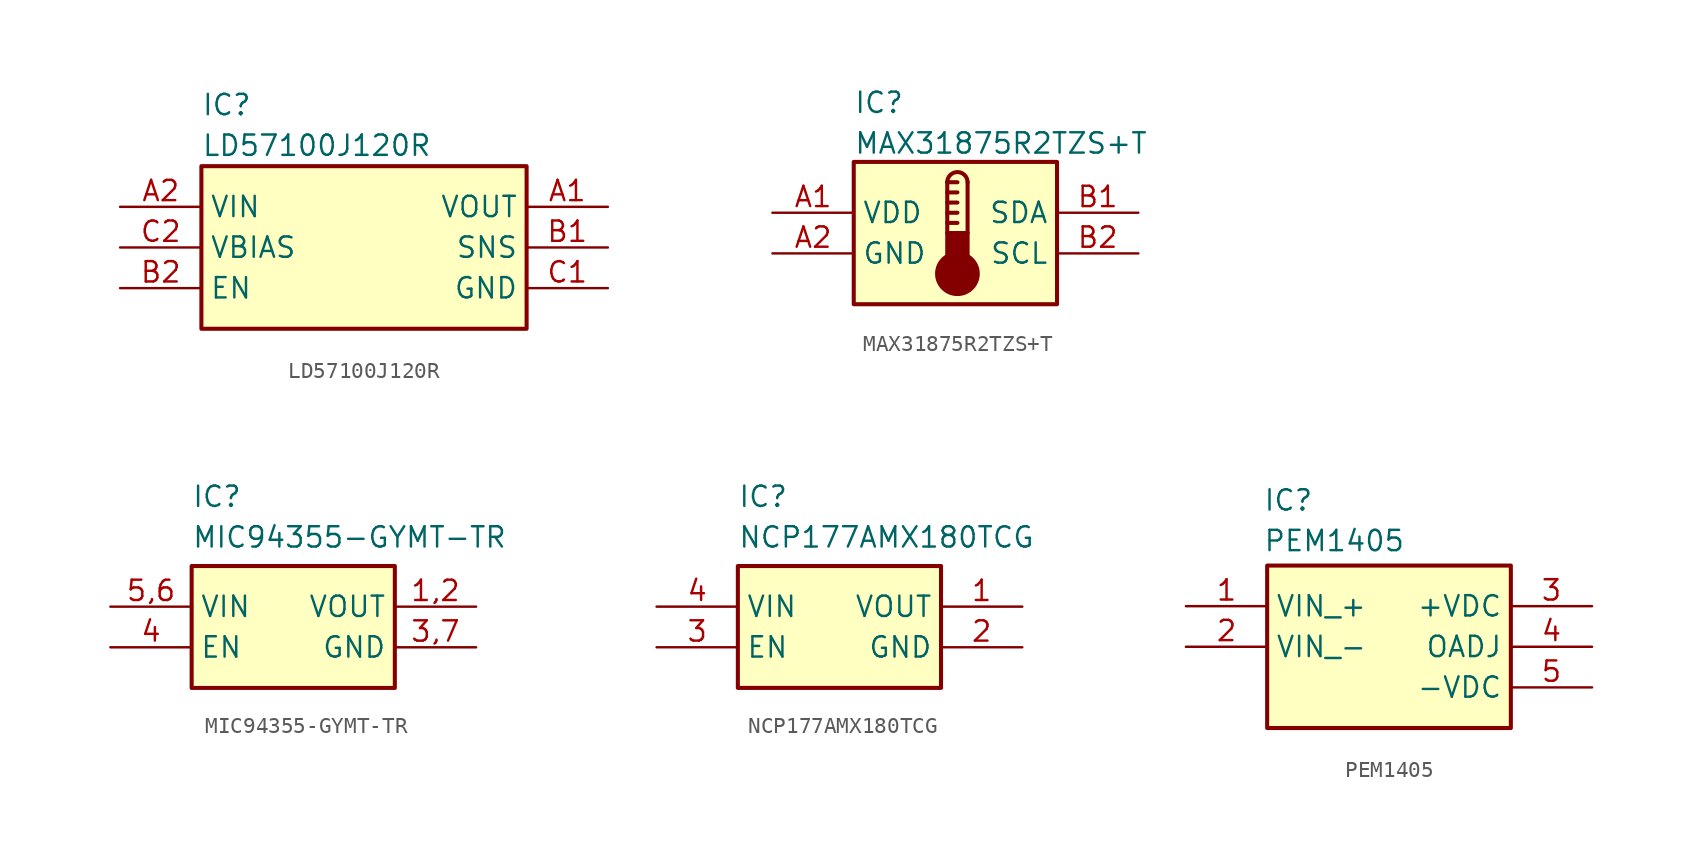
<source format=kicad_sym>
(kicad_symbol_lib
  (version 20231120)
  (generator "kicad_symbol_editor")
  (generator_version "8.0")
  (symbol "LD57100J120R"
    (property "Reference" "IC"
      (at 5.08 7.112 0)
      (effects (font (size 1.27 1.27)) (justify left top)))
    (property "Value" "LD57100J120R"
      (at 5.08 4.572 0)
      (effects (font (size 1.27 1.27)) (justify left top)))
    (symbol "LD57100J120R_1_1"
      (rectangle (start 5.08 2.54) (end 25.4 -7.62) (stroke (width 0.254) (type default)) (fill (type background)))
      (pin power_out line (at 30.48 0 180) (length 5.08) (name "VOUT" (effects (font (size 1.27 1.27)))) (number "A1" (effects (font (size 1.27 1.27)))))
      (pin power_in line (at 0 0 0) (length 5.08) (name "VIN" (effects (font (size 1.27 1.27)))) (number "A2" (effects (font (size 1.27 1.27)))))
      (pin passive line (at 30.48 -2.54 180) (length 5.08) (name "SNS" (effects (font (size 1.27 1.27)))) (number "B1" (effects (font (size 1.27 1.27)))))
      (pin passive line (at 0 -5.08 0) (length 5.08) (name "EN" (effects (font (size 1.27 1.27)))) (number "B2" (effects (font (size 1.27 1.27)))))
      (pin power_in line (at 30.48 -5.08 180) (length 5.08) (name "GND" (effects (font (size 1.27 1.27)))) (number "C1" (effects (font (size 1.27 1.27)))))
      (pin power_in line (at 0 -2.54 0) (length 5.08) (name "VBIAS" (effects (font (size 1.27 1.27)))) (number "C2" (effects (font (size 1.27 1.27)))))))
  (symbol "MAX31875R2TZS+T"
    (property "Reference" "IC"
      (at 5.08 7.62 0)
      (effects (font (size 1.27 1.27)) (justify left top)))
    (property "Value" "MAX31875R2TZS+T"
      (at 5.08 5.08 0)
      (effects (font (size 1.27 1.27)) (justify left top)))
    (symbol "MAX31875R2TZS+T_0_1"
      (polyline (pts (xy 10.922 -0.635) (xy 11.557 -0.635)) (stroke (width 0.254) (type default)) (fill (type none)))
      (polyline (pts (xy 10.922 0) (xy 11.557 0)) (stroke (width 0.254) (type default)) (fill (type none)))
      (polyline (pts (xy 10.922 0.635) (xy 11.557 0.635)) (stroke (width 0.254) (type default)) (fill (type none)))
      (polyline (pts (xy 10.922 1.27) (xy 11.557 1.27)) (stroke (width 0.254) (type default)) (fill (type none)))
      (polyline (pts (xy 10.922 1.905) (xy 10.922 -1.27)) (stroke (width 0.254) (type default)) (fill (type none)))
      (polyline (pts (xy 10.922 1.905) (xy 11.557 1.905)) (stroke (width 0.254) (type default)) (fill (type none)))
      (polyline (pts (xy 12.192 1.905) (xy 12.192 -1.27)) (stroke (width 0.254) (type default)) (fill (type none)))
      (circle (center 11.557 -3.81) (radius 1.27) (stroke (width 0.254) (type default)) (fill (type outline)))
      (rectangle (start 12.192 -3.175) (end 10.922 -1.27) (stroke (width 0.254) (type default)) (fill (type outline)))
      (arc (start 12.192 1.905) (mid 11.557 2.5373) (end 10.922 1.905) (stroke (width 0.254) (type default)) (fill (type none))))
    (symbol "MAX31875R2TZS+T_1_1"
      (rectangle (start 5.08 3.175) (end 17.78 -5.715) (stroke (width 0.254) (type default)) (fill (type background)))
      (pin passive line (at 0 0 0) (length 5.08) (name "VDD" (effects (font (size 1.27 1.27)))) (number "A1" (effects (font (size 1.27 1.27)))))
      (pin passive line (at 0 -2.54 0) (length 5.08) (name "GND" (effects (font (size 1.27 1.27)))) (number "A2" (effects (font (size 1.27 1.27)))))
      (pin passive line (at 22.86 0 180) (length 5.08) (name "SDA" (effects (font (size 1.27 1.27)))) (number "B1" (effects (font (size 1.27 1.27)))))
      (pin passive line (at 22.86 -2.54 180) (length 5.08) (name "SCL" (effects (font (size 1.27 1.27)))) (number "B2" (effects (font (size 1.27 1.27)))))))
  (symbol "MIC94355-GYMT-TR"
    (property "Reference" "IC"
      (at 5.08 7.62 0)
      (effects (font (size 1.27 1.27)) (justify left top)))
    (property "Value" "MIC94355-GYMT-TR"
      (at 5.08 5.08 0)
      (effects (font (size 1.27 1.27)) (justify left top)))
    (symbol "MIC94355-GYMT-TR_1_1"
      (rectangle (start 5.08 -5.08) (end 17.78 2.54) (stroke (width 0.254) (type default)) (fill (type background)))
      (pin passive line (at 22.86 0 180) (length 5.08) (name "VOUT" (effects (font (size 1.27 1.27)))) (number "1,2" (effects (font (size 1.27 1.27)))))
      (pin passive line (at 22.86 -2.54 180) (length 5.08) (name "GND" (effects (font (size 1.27 1.27)))) (number "3,7" (effects (font (size 1.27 1.27)))))
      (pin passive line (at 0 -2.54 0) (length 5.08) (name "EN" (effects (font (size 1.27 1.27)))) (number "4" (effects (font (size 1.27 1.27)))))
      (pin passive line (at 0 0 0) (length 5.08) (name "VIN" (effects (font (size 1.27 1.27)))) (number "5,6" (effects (font (size 1.27 1.27)))))))
  (symbol "NCP177AMX180TCG"
    (property "Reference" "IC"
      (at 5.08 7.62 0)
      (effects (font (size 1.27 1.27)) (justify left top)))
    (property "Value" "NCP177AMX180TCG"
      (at 5.08 5.08 0)
      (effects (font (size 1.27 1.27)) (justify left top)))
    (symbol "NCP177AMX180TCG_1_1"
      (rectangle (start 5.08 2.54) (end 17.78 -5.08) (stroke (width 0.254) (type default)) (fill (type background)))
      (pin passive line (at 22.86 0 180) (length 5.08) (name "VOUT" (effects (font (size 1.27 1.27)))) (number "1" (effects (font (size 1.27 1.27)))))
      (pin passive line (at 22.86 -2.54 180) (length 5.08) (name "GND" (effects (font (size 1.27 1.27)))) (number "2" (effects (font (size 1.27 1.27)))))
      (pin passive line (at 0 -2.54 0) (length 5.08) (name "EN" (effects (font (size 1.27 1.27)))) (number "3" (effects (font (size 1.27 1.27)))))
      (pin passive line (at 0 0 0) (length 5.08) (name "VIN" (effects (font (size 1.27 1.27)))) (number "4" (effects (font (size 1.27 1.27)))))
      (pin passive line (at 22.86 -2.54 180) (length 5.08) hide (name "GND" (effects (font (size 1.27 1.27)))) (number "5" (effects (font (size 1.27 1.27)))))))
  (symbol "PEM1405"
    (property "Reference" "IC"
      (at 4.826 7.366 0)
      (effects (font (size 1.27 1.27)) (justify left top)))
    (property "Value" "PEM1405"
      (at 4.826 4.826 0)
      (effects (font (size 1.27 1.27)) (justify left top)))
    (symbol "PEM1405_1_1"
      (rectangle (start 5.08 2.54) (end 20.32 -7.62) (stroke (width 0.254) (type default)) (fill (type background)))
      (pin passive line (at 0 0 0) (length 5.08) (name "VIN_+" (effects (font (size 1.27 1.27)))) (number "1" (effects (font (size 1.27 1.27)))))
      (pin passive line (at 0 -2.54 0) (length 5.08) (name "VIN_-" (effects (font (size 1.27 1.27)))) (number "2" (effects (font (size 1.27 1.27)))))
      (pin passive line (at 25.4 0 180) (length 5.08) (name "+VDC" (effects (font (size 1.27 1.27)))) (number "3" (effects (font (size 1.27 1.27)))))
      (pin passive line (at 25.4 -2.54 180) (length 5.08) (name "OADJ" (effects (font (size 1.27 1.27)))) (number "4" (effects (font (size 1.27 1.27)))))
      (pin passive line (at 25.4 -5.08 180) (length 5.08) (name "-VDC" (effects (font (size 1.27 1.27)))) (number "5" (effects (font (size 1.27 1.27))))))))
</source>
